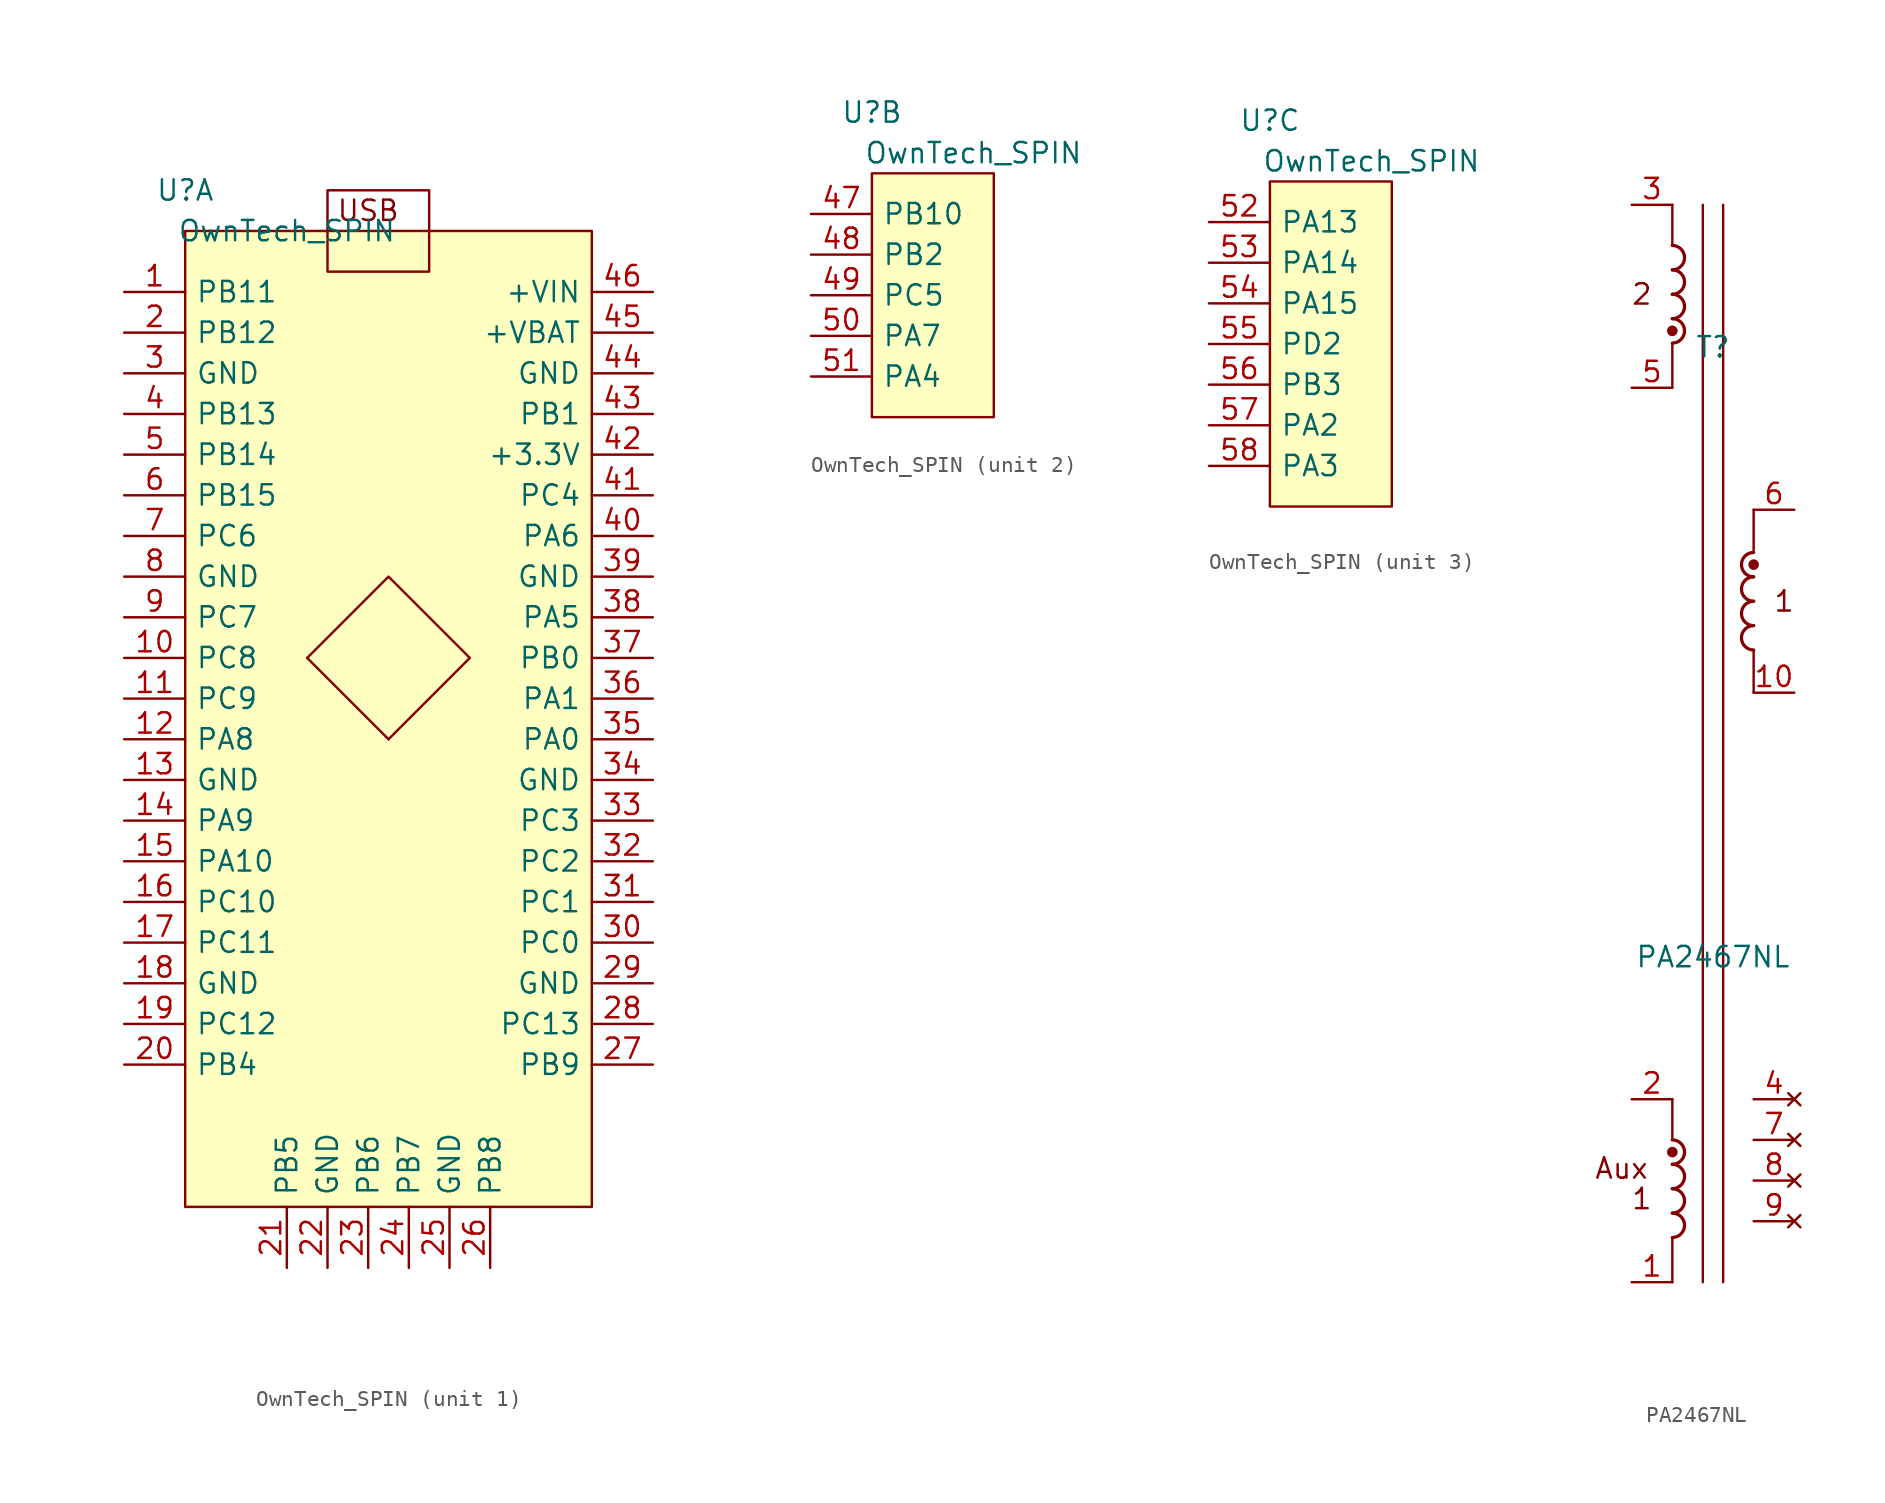
<source format=kicad_sym>
(kicad_symbol_lib
  (version 20241209)
  (generator "kicad_symbol_editor")
  (generator_version "9.0")
  (symbol "OwnTech_SPIN"
    (pin_names
      (offset 0.64))
    (property "Reference" "U"
      (at 0 10.16 0)
      (effects (font (size 1.27 1.27))))
    (property "Value" "OwnTech_SPIN"
      (at 6.35 7.62 0)
      (effects (font (size 1.27 1.27))))
    (property "ki_locked" ""
      (at 0 0 0)
      (effects (font (size 1.27 1.27))))
    (symbol "OwnTech_SPIN_1_1"
      (rectangle (start 0 7.62) (end 25.4 -53.34) (stroke (width 0) (type default)) (fill (type background)))
      (polyline (pts (xy 7.62 -19.05) (xy 12.7 -13.97) (xy 17.78 -19.05) (xy 12.7 -24.13)) (stroke (width 0) (type default)) (fill (type none)))
      (rectangle (start 8.89 10.16) (end 15.24 5.08) (stroke (width 0) (type default)) (fill (type none)))
      (polyline (pts (xy 12.7 -24.13) (xy 7.62 -19.05)) (stroke (width 0) (type default)) (fill (type none)))
      (text "USB" (at 11.43 8.89 0) (effects (font (size 1.27 1.27))))
      (pin passive line (at -3.81 3.81 0) (length 3.81) (name "PB11" (effects (font (size 1.27 1.27)))) (number "1" (effects (font (size 1.27 1.27)))))
      (pin passive line (at -3.81 1.27 0) (length 3.81) (name "PB12" (effects (font (size 1.27 1.27)))) (number "2" (effects (font (size 1.27 1.27)))))
      (pin passive line (at -3.81 -1.27 0) (length 3.81) (name "GND" (effects (font (size 1.27 1.27)))) (number "3" (effects (font (size 1.27 1.27)))))
      (pin passive line (at -3.81 -3.81 0) (length 3.81) (name "PB13" (effects (font (size 1.27 1.27)))) (number "4" (effects (font (size 1.27 1.27)))))
      (pin passive line (at -3.81 -6.35 0) (length 3.81) (name "PB14" (effects (font (size 1.27 1.27)))) (number "5" (effects (font (size 1.27 1.27)))))
      (pin passive line (at -3.81 -8.89 0) (length 3.81) (name "PB15" (effects (font (size 1.27 1.27)))) (number "6" (effects (font (size 1.27 1.27)))))
      (pin passive line (at -3.81 -11.43 0) (length 3.81) (name "PC6" (effects (font (size 1.27 1.27)))) (number "7" (effects (font (size 1.27 1.27)))))
      (pin passive line (at -3.81 -13.97 0) (length 3.81) (name "GND" (effects (font (size 1.27 1.27)))) (number "8" (effects (font (size 1.27 1.27)))))
      (pin passive line (at -3.81 -16.51 0) (length 3.81) (name "PC7" (effects (font (size 1.27 1.27)))) (number "9" (effects (font (size 1.27 1.27)))))
      (pin passive line (at -3.81 -19.05 0) (length 3.81) (name "PC8" (effects (font (size 1.27 1.27)))) (number "10" (effects (font (size 1.27 1.27)))))
      (pin passive line (at -3.81 -21.59 0) (length 3.81) (name "PC9" (effects (font (size 1.27 1.27)))) (number "11" (effects (font (size 1.27 1.27)))))
      (pin passive line (at -3.81 -24.13 0) (length 3.81) (name "PA8" (effects (font (size 1.27 1.27)))) (number "12" (effects (font (size 1.27 1.27)))))
      (pin passive line (at -3.81 -26.67 0) (length 3.81) (name "GND" (effects (font (size 1.27 1.27)))) (number "13" (effects (font (size 1.27 1.27)))))
      (pin passive line (at -3.81 -29.21 0) (length 3.81) (name "PA9" (effects (font (size 1.27 1.27)))) (number "14" (effects (font (size 1.27 1.27)))))
      (pin passive line (at -3.81 -31.75 0) (length 3.81) (name "PA10" (effects (font (size 1.27 1.27)))) (number "15" (effects (font (size 1.27 1.27)))))
      (pin passive line (at -3.81 -34.29 0) (length 3.81) (name "PC10" (effects (font (size 1.27 1.27)))) (number "16" (effects (font (size 1.27 1.27)))))
      (pin passive line (at -3.81 -36.83 0) (length 3.81) (name "PC11" (effects (font (size 1.27 1.27)))) (number "17" (effects (font (size 1.27 1.27)))))
      (pin passive line (at -3.81 -39.37 0) (length 3.81) (name "GND" (effects (font (size 1.27 1.27)))) (number "18" (effects (font (size 1.27 1.27)))))
      (pin passive line (at -3.81 -41.91 0) (length 3.81) (name "PC12" (effects (font (size 1.27 1.27)))) (number "19" (effects (font (size 1.27 1.27)))))
      (pin passive line (at -3.81 -44.45 0) (length 3.81) (name "PB4" (effects (font (size 1.27 1.27)))) (number "20" (effects (font (size 1.27 1.27)))))
      (pin passive line (at 6.35 -57.15 90) (length 3.81) (name "PB5" (effects (font (size 1.27 1.27)))) (number "21" (effects (font (size 1.27 1.27)))))
      (pin passive line (at 8.89 -57.15 90) (length 3.81) (name "GND" (effects (font (size 1.27 1.27)))) (number "22" (effects (font (size 1.27 1.27)))))
      (pin passive line (at 11.43 -57.15 90) (length 3.81) (name "PB6" (effects (font (size 1.27 1.27)))) (number "23" (effects (font (size 1.27 1.27)))))
      (pin passive line (at 13.97 -57.15 90) (length 3.81) (name "PB7" (effects (font (size 1.27 1.27)))) (number "24" (effects (font (size 1.27 1.27)))))
      (pin passive line (at 16.51 -57.15 90) (length 3.81) (name "GND" (effects (font (size 1.27 1.27)))) (number "25" (effects (font (size 1.27 1.27)))))
      (pin passive line (at 19.05 -57.15 90) (length 3.81) (name "PB8" (effects (font (size 1.27 1.27)))) (number "26" (effects (font (size 1.27 1.27)))))
      (pin power_in line (at 29.21 3.81 180) (length 3.81) (name "+VIN" (effects (font (size 1.27 1.27)))) (number "46" (effects (font (size 1.27 1.27)))))
      (pin power_in line (at 29.21 1.27 180) (length 3.81) (name "+VBAT" (effects (font (size 1.27 1.27)))) (number "45" (effects (font (size 1.27 1.27)))))
      (pin passive line (at 29.21 -1.27 180) (length 3.81) (name "GND" (effects (font (size 1.27 1.27)))) (number "44" (effects (font (size 1.27 1.27)))))
      (pin passive line (at 29.21 -3.81 180) (length 3.81) (name "PB1" (effects (font (size 1.27 1.27)))) (number "43" (effects (font (size 1.27 1.27)))))
      (pin power_out line (at 29.21 -6.35 180) (length 3.81) (name "+3.3V" (effects (font (size 1.27 1.27)))) (number "42" (effects (font (size 1.27 1.27)))))
      (pin passive line (at 29.21 -8.89 180) (length 3.81) (name "PC4" (effects (font (size 1.27 1.27)))) (number "41" (effects (font (size 1.27 1.27)))))
      (pin passive line (at 29.21 -11.43 180) (length 3.81) (name "PA6" (effects (font (size 1.27 1.27)))) (number "40" (effects (font (size 1.27 1.27)))))
      (pin passive line (at 29.21 -13.97 180) (length 3.81) (name "GND" (effects (font (size 1.27 1.27)))) (number "39" (effects (font (size 1.27 1.27)))))
      (pin passive line (at 29.21 -16.51 180) (length 3.81) (name "PA5" (effects (font (size 1.27 1.27)))) (number "38" (effects (font (size 1.27 1.27)))))
      (pin passive line (at 29.21 -19.05 180) (length 3.81) (name "PB0" (effects (font (size 1.27 1.27)))) (number "37" (effects (font (size 1.27 1.27)))))
      (pin passive line (at 29.21 -21.59 180) (length 3.81) (name "PA1" (effects (font (size 1.27 1.27)))) (number "36" (effects (font (size 1.27 1.27)))))
      (pin passive line (at 29.21 -24.13 180) (length 3.81) (name "PA0" (effects (font (size 1.27 1.27)))) (number "35" (effects (font (size 1.27 1.27)))))
      (pin passive line (at 29.21 -26.67 180) (length 3.81) (name "GND" (effects (font (size 1.27 1.27)))) (number "34" (effects (font (size 1.27 1.27)))))
      (pin passive line (at 29.21 -29.21 180) (length 3.81) (name "PC3" (effects (font (size 1.27 1.27)))) (number "33" (effects (font (size 1.27 1.27)))))
      (pin passive line (at 29.21 -31.75 180) (length 3.81) (name "PC2" (effects (font (size 1.27 1.27)))) (number "32" (effects (font (size 1.27 1.27)))))
      (pin passive line (at 29.21 -34.29 180) (length 3.81) (name "PC1" (effects (font (size 1.27 1.27)))) (number "31" (effects (font (size 1.27 1.27)))))
      (pin passive line (at 29.21 -36.83 180) (length 3.81) (name "PC0" (effects (font (size 1.27 1.27)))) (number "30" (effects (font (size 1.27 1.27)))))
      (pin passive line (at 29.21 -39.37 180) (length 3.81) (name "GND" (effects (font (size 1.27 1.27)))) (number "29" (effects (font (size 1.27 1.27)))))
      (pin passive line (at 29.21 -41.91 180) (length 3.81) (name "PC13" (effects (font (size 1.27 1.27)))) (number "28" (effects (font (size 1.27 1.27)))))
      (pin passive line (at 29.21 -44.45 180) (length 3.81) (name "PB9" (effects (font (size 1.27 1.27)))) (number "27" (effects (font (size 1.27 1.27))))))
    (symbol "OwnTech_SPIN_2_1"
      (rectangle (start 0 6.35) (end 7.62 -8.89) (stroke (width 0) (type default)) (fill (type background)))
      (pin passive line (at -3.81 3.81 0) (length 3.81) (name "PB10" (effects (font (size 1.27 1.27)))) (number "47" (effects (font (size 1.27 1.27)))))
      (pin passive line (at -3.81 1.27 0) (length 3.81) (name "PB2" (effects (font (size 1.27 1.27)))) (number "48" (effects (font (size 1.27 1.27)))))
      (pin passive line (at -3.81 -1.27 0) (length 3.81) (name "PC5" (effects (font (size 1.27 1.27)))) (number "49" (effects (font (size 1.27 1.27)))))
      (pin passive line (at -3.81 -3.81 0) (length 3.81) (name "PA7" (effects (font (size 1.27 1.27)))) (number "50" (effects (font (size 1.27 1.27)))))
      (pin passive line (at -3.81 -6.35 0) (length 3.81) (name "PA4" (effects (font (size 1.27 1.27)))) (number "51" (effects (font (size 1.27 1.27))))))
    (symbol "OwnTech_SPIN_3_1"
      (rectangle (start 0 6.35) (end 7.62 -13.97) (stroke (width 0) (type default)) (fill (type background)))
      (pin passive line (at -3.81 3.81 0) (length 3.81) (name "PA13" (effects (font (size 1.27 1.27)))) (number "52" (effects (font (size 1.27 1.27)))))
      (pin passive line (at -3.81 1.27 0) (length 3.81) (name "PA14" (effects (font (size 1.27 1.27)))) (number "53" (effects (font (size 1.27 1.27)))))
      (pin passive line (at -3.81 -1.27 0) (length 3.81) (name "PA15" (effects (font (size 1.27 1.27)))) (number "54" (effects (font (size 1.27 1.27)))))
      (pin passive line (at -3.81 -3.81 0) (length 3.81) (name "PD2" (effects (font (size 1.27 1.27)))) (number "55" (effects (font (size 1.27 1.27)))))
      (pin passive line (at -3.81 -6.35 0) (length 3.81) (name "PB3" (effects (font (size 1.27 1.27)))) (number "56" (effects (font (size 1.27 1.27)))))
      (pin passive line (at -3.81 -8.89 0) (length 3.81) (name "PA2" (effects (font (size 1.27 1.27)))) (number "57" (effects (font (size 1.27 1.27)))))
      (pin passive line (at -3.81 -11.43 0) (length 3.81) (name "PA3" (effects (font (size 1.27 1.27)))) (number "58" (effects (font (size 1.27 1.27)))))))
  (symbol "PA2467NL"
    (pin_names
      (hide yes))
    (property "Reference" "T"
      (at 0 13.97 0)
      (effects (font (size 1.27 1.27))))
    (property "Value" "PA2467NL"
      (at 0 -24.13 0)
      (effects (font (size 1.27 1.27))))
    (symbol "PA2467NL_0_0"
      (text "Aux" (at -5.715 -37.338 0) (effects (font (size 1.27 1.27))))
      (text "2" (at -4.445 17.272 0) (effects (font (size 1.27 1.27))))
      (text "1" (at -4.445 -39.243 0) (effects (font (size 1.27 1.27))))
      (text "1" (at 4.445 -1.905 0) (effects (font (size 1.27 1.27)))))
    (symbol "PA2467NL_0_1"
      (arc (start -2.54 20.32) (mid -1.7813 19.558) (end -2.54 18.796) (stroke (width 0.2032) (type default)) (fill (type none)))
      (arc (start -2.54 18.796) (mid -1.7813 18.034) (end -2.54 17.272) (stroke (width 0.2032) (type default)) (fill (type none)))
      (arc (start -2.54 17.272) (mid -1.7813 16.51) (end -2.54 15.748) (stroke (width 0.2032) (type default)) (fill (type none)))
      (arc (start -2.54 15.748) (mid -1.7813 14.986) (end -2.54 14.224) (stroke (width 0.2032) (type default)) (fill (type none)))
      (arc (start -2.54 -35.56) (mid -1.7813 -36.322) (end -2.54 -37.084) (stroke (width 0.2032) (type default)) (fill (type none)))
      (arc (start -2.54 -37.084) (mid -1.7813 -37.846) (end -2.54 -38.608) (stroke (width 0.2032) (type default)) (fill (type none)))
      (arc (start -2.54 -38.608) (mid -1.7813 -39.37) (end -2.54 -40.132) (stroke (width 0.2032) (type default)) (fill (type none)))
      (arc (start -2.54 -40.132) (mid -1.7813 -40.894) (end -2.54 -41.656) (stroke (width 0.2032) (type default)) (fill (type none)))
      (polyline (pts (xy -2.54 22.86) (xy -2.54 20.32)) (stroke (width 0) (type default)) (fill (type none)))
      (circle (center -2.54 14.986) (radius 0.254) (stroke (width 0) (type default)) (fill (type outline)))
      (polyline (pts (xy -2.54 14.224) (xy -2.54 11.43)) (stroke (width 0) (type default)) (fill (type none)))
      (polyline (pts (xy -2.54 -33.02) (xy -2.54 -35.56)) (stroke (width 0) (type default)) (fill (type none)))
      (circle (center -2.54 -36.322) (radius 0.254) (stroke (width 0) (type default)) (fill (type outline)))
      (polyline (pts (xy -2.54 -41.656) (xy -2.54 -44.45)) (stroke (width 0) (type default)) (fill (type none)))
      (polyline (pts (xy -0.635 22.86) (xy -0.635 -44.45)) (stroke (width 0) (type default)) (fill (type none)))
      (polyline (pts (xy 0.635 22.86) (xy 0.635 -44.45)) (stroke (width 0) (type default)) (fill (type none)))
      (polyline (pts (xy 2.54 3.81) (xy 2.54 1.27)) (stroke (width 0) (type default)) (fill (type none)))
      (circle (center 2.54 0.381) (radius 0.254) (stroke (width 0) (type default)) (fill (type outline)))
      (polyline (pts (xy 2.54 -4.953) (xy 2.54 -7.62)) (stroke (width 0) (type default)) (fill (type none)))
      (arc (start 2.54 -1.905) (mid 1.7813 -1.143) (end 2.54 -0.381) (stroke (width 0.2032) (type default)) (fill (type none)))
      (arc (start 2.54 -3.429) (mid 1.7813 -2.667) (end 2.54 -1.905) (stroke (width 0.2032) (type default)) (fill (type none)))
      (arc (start 2.54 -4.953) (mid 1.7813 -4.191) (end 2.54 -3.429) (stroke (width 0.2032) (type default)) (fill (type none))))
    (symbol "PA2467NL_1_1"
      (arc (start 2.54 -0.381) (mid 1.7813 0.381) (end 2.54 1.143) (stroke (width 0.2032) (type default)) (fill (type none)))
      (pin passive line (at -5.08 22.86 0) (length 2.54) (name "~" (effects (font (size 1.27 1.27)))) (number "3" (effects (font (size 1.27 1.27)))))
      (pin passive line (at -5.08 11.43 0) (length 2.54) (name "~" (effects (font (size 1.27 1.27)))) (number "5" (effects (font (size 1.27 1.27)))))
      (pin passive line (at -5.08 -33.02 0) (length 2.54) (name "~" (effects (font (size 1.27 1.27)))) (number "2" (effects (font (size 1.27 1.27)))))
      (pin passive line (at -5.08 -44.45 0) (length 2.54) (name "~" (effects (font (size 1.27 1.27)))) (number "1" (effects (font (size 1.27 1.27)))))
      (pin passive line (at 5.08 3.81 180) (length 2.54) (name "~" (effects (font (size 1.27 1.27)))) (number "6" (effects (font (size 1.27 1.27)))))
      (pin passive line (at 5.08 -7.62 180) (length 2.54) (name "~" (effects (font (size 1.27 1.27)))) (number "10" (effects (font (size 1.27 1.27)))))
      (pin no_connect line (at 5.08 -33.02 180) (length 2.54) (name "" (effects (font (size 1.27 1.27)))) (number "4" (effects (font (size 1.27 1.27)))))
      (pin no_connect line (at 5.08 -35.56 180) (length 2.54) (name "" (effects (font (size 1.27 1.27)))) (number "7" (effects (font (size 1.27 1.27)))))
      (pin no_connect line (at 5.08 -38.1 180) (length 2.54) (name "" (effects (font (size 1.27 1.27)))) (number "8" (effects (font (size 1.27 1.27)))))
      (pin no_connect line (at 5.08 -40.64 180) (length 2.54) (name "" (effects (font (size 1.27 1.27)))) (number "9" (effects (font (size 1.27 1.27))))))))
</source>
